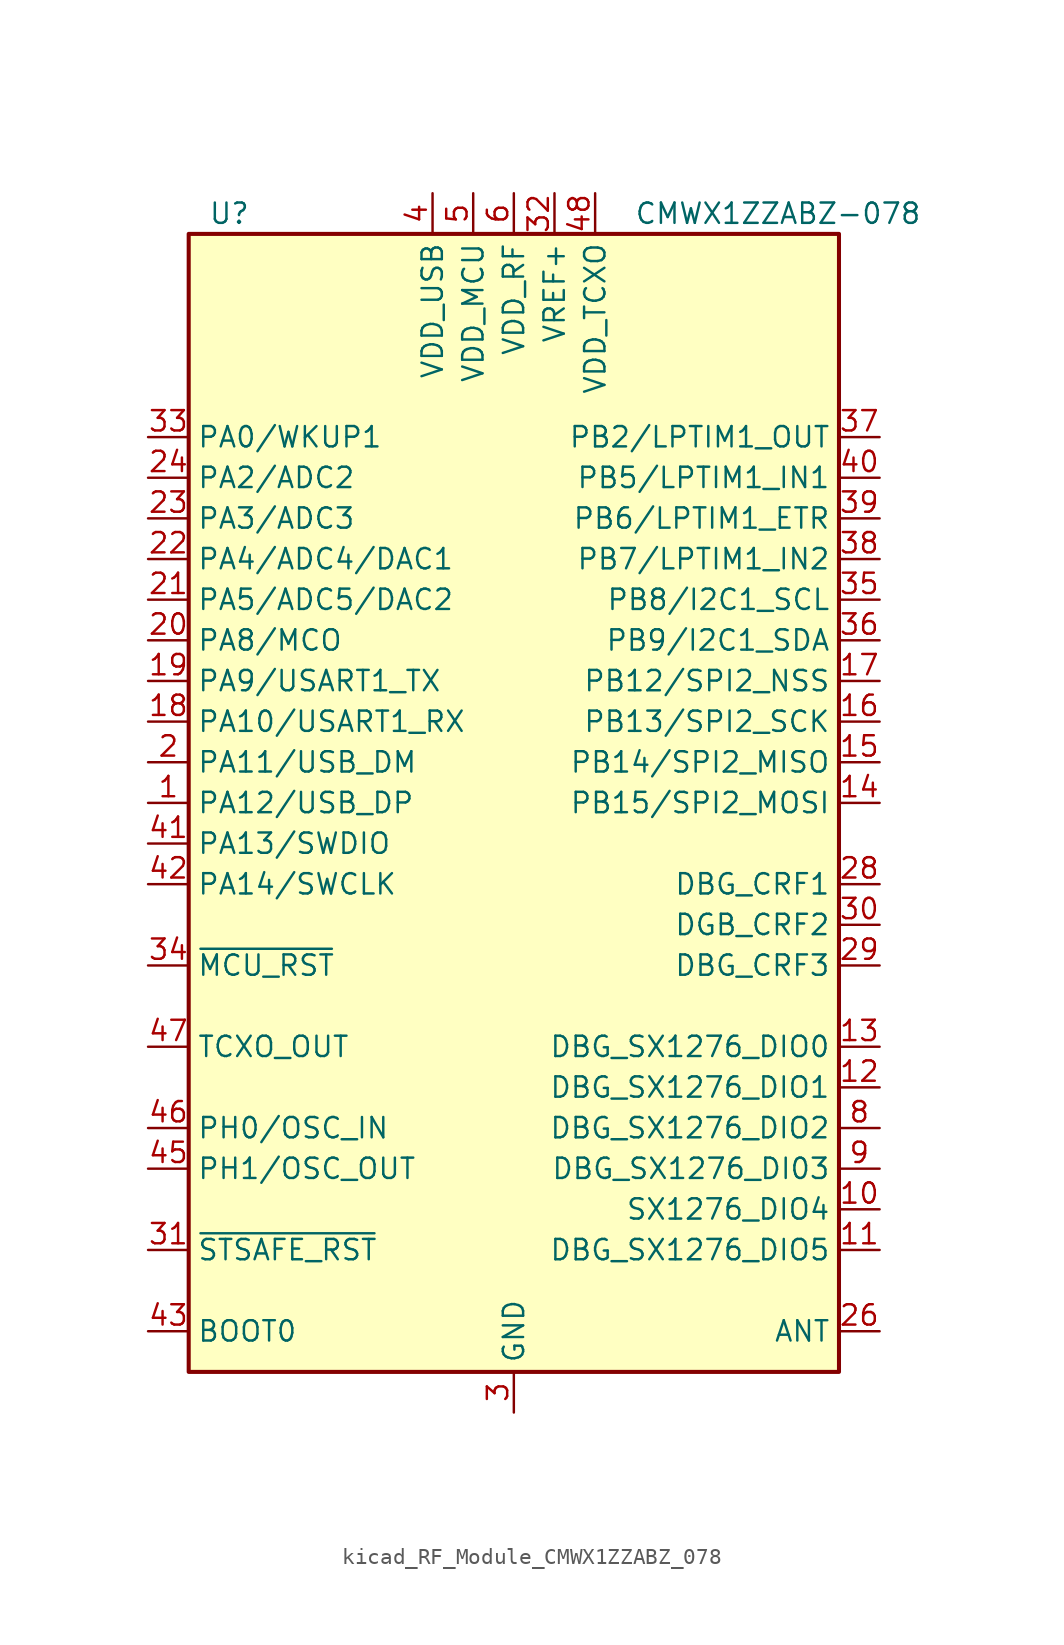
<source format=kicad_sym>
(kicad_symbol_lib
  (version 20220914)
  (generator kicad_symbol_editor)
  (symbol "kicad_RF_Module_CMWX1ZZABZ_078"
    (property "Reference" "U"
      (at -17.78 36.83 0)
      (effects (font (size 1.27 1.27))))
    (property "Value" "CMWX1ZZABZ-078"
      (at 16.51 36.83 0)
      (effects (font (size 1.27 1.27))))
    (symbol "kicad_RF_Module_CMWX1ZZABZ_078_0_1"
      (rectangle (start -20.32 35.56) (end 20.32 -35.56) (stroke (width 0.254) (type default)) (fill (type background))))
    (symbol "kicad_RF_Module_CMWX1ZZABZ_078_1_1"
      (pin bidirectional line (at -22.86 0 0) (length 2.54) (name "PA12/USB_DP" (effects (font (size 1.27 1.27)))) (number "1" (effects (font (size 1.27 1.27)))))
      (pin bidirectional line (at 22.86 -25.4 180) (length 2.54) (name "SX1276_DIO4" (effects (font (size 1.27 1.27)))) (number "10" (effects (font (size 1.27 1.27)))))
      (pin bidirectional line (at 22.86 -27.94 180) (length 2.54) (name "DBG_SX1276_DIO5" (effects (font (size 1.27 1.27)))) (number "11" (effects (font (size 1.27 1.27)))))
      (pin bidirectional line (at 22.86 -17.78 180) (length 2.54) (name "DBG_SX1276_DIO1" (effects (font (size 1.27 1.27)))) (number "12" (effects (font (size 1.27 1.27)))))
      (pin bidirectional line (at 22.86 -15.24 180) (length 2.54) (name "DBG_SX1276_DIO0" (effects (font (size 1.27 1.27)))) (number "13" (effects (font (size 1.27 1.27)))))
      (pin bidirectional line (at 22.86 0 180) (length 2.54) (name "PB15/SPI2_MOSI" (effects (font (size 1.27 1.27)))) (number "14" (effects (font (size 1.27 1.27)))))
      (pin bidirectional line (at 22.86 2.54 180) (length 2.54) (name "PB14/SPI2_MISO" (effects (font (size 1.27 1.27)))) (number "15" (effects (font (size 1.27 1.27)))))
      (pin bidirectional line (at 22.86 5.08 180) (length 2.54) (name "PB13/SPI2_SCK" (effects (font (size 1.27 1.27)))) (number "16" (effects (font (size 1.27 1.27)))))
      (pin bidirectional line (at 22.86 7.62 180) (length 2.54) (name "PB12/SPI2_NSS" (effects (font (size 1.27 1.27)))) (number "17" (effects (font (size 1.27 1.27)))))
      (pin bidirectional line (at -22.86 5.08 0) (length 2.54) (name "PA10/USART1_RX" (effects (font (size 1.27 1.27)))) (number "18" (effects (font (size 1.27 1.27)))))
      (pin bidirectional line (at -22.86 7.62 0) (length 2.54) (name "PA9/USART1_TX" (effects (font (size 1.27 1.27)))) (number "19" (effects (font (size 1.27 1.27)))))
      (pin bidirectional line (at -22.86 2.54 0) (length 2.54) (name "PA11/USB_DM" (effects (font (size 1.27 1.27)))) (number "2" (effects (font (size 1.27 1.27)))))
      (pin bidirectional line (at -22.86 10.16 0) (length 2.54) (name "PA8/MCO" (effects (font (size 1.27 1.27)))) (number "20" (effects (font (size 1.27 1.27)))))
      (pin bidirectional line (at -22.86 12.7 0) (length 2.54) (name "PA5/ADC5/DAC2" (effects (font (size 1.27 1.27)))) (number "21" (effects (font (size 1.27 1.27)))))
      (pin bidirectional line (at -22.86 15.24 0) (length 2.54) (name "PA4/ADC4/DAC1" (effects (font (size 1.27 1.27)))) (number "22" (effects (font (size 1.27 1.27)))))
      (pin bidirectional line (at -22.86 17.78 0) (length 2.54) (name "PA3/ADC3" (effects (font (size 1.27 1.27)))) (number "23" (effects (font (size 1.27 1.27)))))
      (pin bidirectional line (at -22.86 20.32 0) (length 2.54) (name "PA2/ADC2" (effects (font (size 1.27 1.27)))) (number "24" (effects (font (size 1.27 1.27)))))
      (pin passive line (at 0 -38.1 90) (length 2.54) hide (name "GND" (effects (font (size 1.27 1.27)))) (number "25" (effects (font (size 1.27 1.27)))))
      (pin passive line (at 22.86 -33.02 180) (length 2.54) (name "ANT" (effects (font (size 1.27 1.27)))) (number "26" (effects (font (size 1.27 1.27)))))
      (pin passive line (at 0 -38.1 90) (length 2.54) hide (name "GND" (effects (font (size 1.27 1.27)))) (number "27" (effects (font (size 1.27 1.27)))))
      (pin passive line (at 22.86 -5.08 180) (length 2.54) (name "DBG_CRF1" (effects (font (size 1.27 1.27)))) (number "28" (effects (font (size 1.27 1.27)))))
      (pin passive line (at 22.86 -10.16 180) (length 2.54) (name "DBG_CRF3" (effects (font (size 1.27 1.27)))) (number "29" (effects (font (size 1.27 1.27)))))
      (pin power_in line (at 0 -38.1 90) (length 2.54) (name "GND" (effects (font (size 1.27 1.27)))) (number "3" (effects (font (size 1.27 1.27)))))
      (pin passive line (at 22.86 -7.62 180) (length 2.54) (name "DGB_CRF2" (effects (font (size 1.27 1.27)))) (number "30" (effects (font (size 1.27 1.27)))))
      (pin passive line (at -22.86 -27.94 0) (length 2.54) (name "~{STSAFE_RST}" (effects (font (size 1.27 1.27)))) (number "31" (effects (font (size 1.27 1.27)))))
      (pin power_in line (at 2.54 38.1 270) (length 2.54) (name "VREF+" (effects (font (size 1.27 1.27)))) (number "32" (effects (font (size 1.27 1.27)))))
      (pin bidirectional line (at -22.86 22.86 0) (length 2.54) (name "PA0/WKUP1" (effects (font (size 1.27 1.27)))) (number "33" (effects (font (size 1.27 1.27)))))
      (pin input line (at -22.86 -10.16 0) (length 2.54) (name "~{MCU_RST}" (effects (font (size 1.27 1.27)))) (number "34" (effects (font (size 1.27 1.27)))))
      (pin bidirectional line (at 22.86 12.7 180) (length 2.54) (name "PB8/I2C1_SCL" (effects (font (size 1.27 1.27)))) (number "35" (effects (font (size 1.27 1.27)))))
      (pin bidirectional line (at 22.86 10.16 180) (length 2.54) (name "PB9/I2C1_SDA" (effects (font (size 1.27 1.27)))) (number "36" (effects (font (size 1.27 1.27)))))
      (pin bidirectional line (at 22.86 22.86 180) (length 2.54) (name "PB2/LPTIM1_OUT" (effects (font (size 1.27 1.27)))) (number "37" (effects (font (size 1.27 1.27)))))
      (pin bidirectional line (at 22.86 15.24 180) (length 2.54) (name "PB7/LPTIM1_IN2" (effects (font (size 1.27 1.27)))) (number "38" (effects (font (size 1.27 1.27)))))
      (pin bidirectional line (at 22.86 17.78 180) (length 2.54) (name "PB6/LPTIM1_ETR" (effects (font (size 1.27 1.27)))) (number "39" (effects (font (size 1.27 1.27)))))
      (pin power_in line (at -5.08 38.1 270) (length 2.54) (name "VDD_USB" (effects (font (size 1.27 1.27)))) (number "4" (effects (font (size 1.27 1.27)))))
      (pin bidirectional line (at 22.86 20.32 180) (length 2.54) (name "PB5/LPTIM1_IN1" (effects (font (size 1.27 1.27)))) (number "40" (effects (font (size 1.27 1.27)))))
      (pin bidirectional line (at -22.86 -2.54 0) (length 2.54) (name "PA13/SWDIO" (effects (font (size 1.27 1.27)))) (number "41" (effects (font (size 1.27 1.27)))))
      (pin bidirectional line (at -22.86 -5.08 0) (length 2.54) (name "PA14/SWCLK" (effects (font (size 1.27 1.27)))) (number "42" (effects (font (size 1.27 1.27)))))
      (pin input line (at -22.86 -33.02 0) (length 2.54) (name "BOOT0" (effects (font (size 1.27 1.27)))) (number "43" (effects (font (size 1.27 1.27)))))
      (pin passive line (at 0 -38.1 90) (length 2.54) hide (name "GND" (effects (font (size 1.27 1.27)))) (number "44" (effects (font (size 1.27 1.27)))))
      (pin bidirectional line (at -22.86 -22.86 0) (length 2.54) (name "PH1/OSC_OUT" (effects (font (size 1.27 1.27)))) (number "45" (effects (font (size 1.27 1.27)))))
      (pin bidirectional line (at -22.86 -20.32 0) (length 2.54) (name "PH0/OSC_IN" (effects (font (size 1.27 1.27)))) (number "46" (effects (font (size 1.27 1.27)))))
      (pin output line (at -22.86 -15.24 0) (length 2.54) (name "TCXO_OUT" (effects (font (size 1.27 1.27)))) (number "47" (effects (font (size 1.27 1.27)))))
      (pin power_in line (at 5.08 38.1 270) (length 2.54) (name "VDD_TCXO" (effects (font (size 1.27 1.27)))) (number "48" (effects (font (size 1.27 1.27)))))
      (pin passive line (at 0 -38.1 90) (length 2.54) hide (name "GND" (effects (font (size 1.27 1.27)))) (number "49" (effects (font (size 1.27 1.27)))))
      (pin power_in line (at -2.54 38.1 270) (length 2.54) (name "VDD_MCU" (effects (font (size 1.27 1.27)))) (number "5" (effects (font (size 1.27 1.27)))))
      (pin passive line (at 0 -38.1 90) (length 2.54) hide (name "GND" (effects (font (size 1.27 1.27)))) (number "50" (effects (font (size 1.27 1.27)))))
      (pin passive line (at 0 -38.1 90) (length 2.54) hide (name "GND" (effects (font (size 1.27 1.27)))) (number "51" (effects (font (size 1.27 1.27)))))
      (pin passive line (at 0 -38.1 90) (length 2.54) hide (name "GND" (effects (font (size 1.27 1.27)))) (number "52" (effects (font (size 1.27 1.27)))))
      (pin passive line (at 0 -38.1 90) (length 2.54) hide (name "GND" (effects (font (size 1.27 1.27)))) (number "53" (effects (font (size 1.27 1.27)))))
      (pin passive line (at 0 -38.1 90) (length 2.54) hide (name "GND" (effects (font (size 1.27 1.27)))) (number "54" (effects (font (size 1.27 1.27)))))
      (pin passive line (at 0 -38.1 90) (length 2.54) hide (name "GND" (effects (font (size 1.27 1.27)))) (number "55" (effects (font (size 1.27 1.27)))))
      (pin passive line (at 0 -38.1 90) (length 2.54) hide (name "GND" (effects (font (size 1.27 1.27)))) (number "56" (effects (font (size 1.27 1.27)))))
      (pin passive line (at 0 -38.1 90) (length 2.54) hide (name "GND" (effects (font (size 1.27 1.27)))) (number "57" (effects (font (size 1.27 1.27)))))
      (pin power_in line (at 0 38.1 270) (length 2.54) (name "VDD_RF" (effects (font (size 1.27 1.27)))) (number "6" (effects (font (size 1.27 1.27)))))
      (pin passive line (at 0 -38.1 90) (length 2.54) hide (name "GND" (effects (font (size 1.27 1.27)))) (number "7" (effects (font (size 1.27 1.27)))))
      (pin bidirectional line (at 22.86 -20.32 180) (length 2.54) (name "DBG_SX1276_DIO2" (effects (font (size 1.27 1.27)))) (number "8" (effects (font (size 1.27 1.27)))))
      (pin bidirectional line (at 22.86 -22.86 180) (length 2.54) (name "DBG_SX1276_DI03" (effects (font (size 1.27 1.27)))) (number "9" (effects (font (size 1.27 1.27))))))))
</source>
